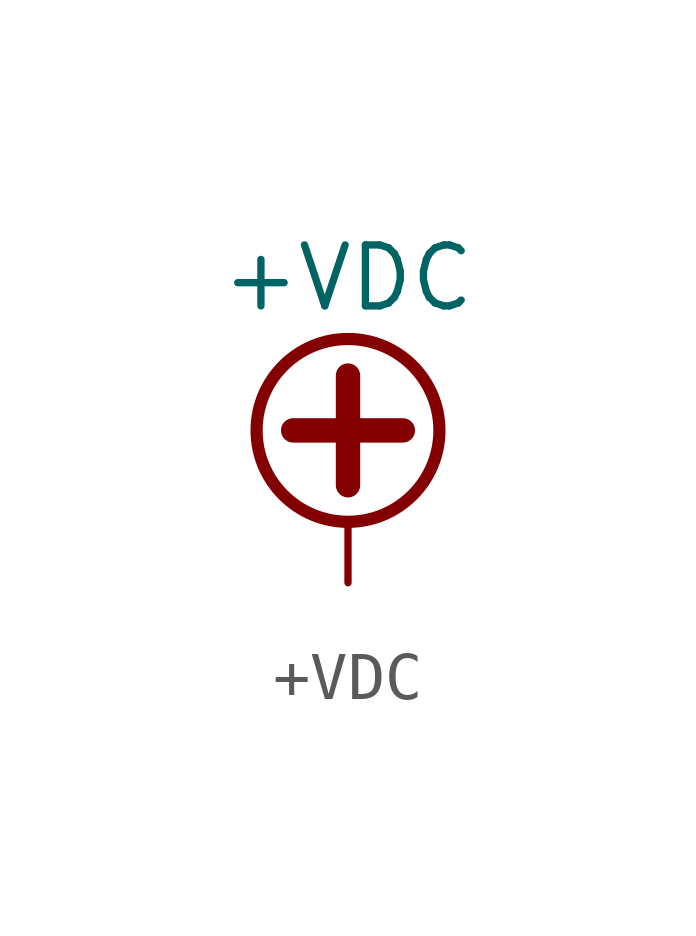
<source format=kicad_sym>
(kicad_symbol_lib
  (version 20220914)
  (generator kicad_symbol_editor)
  (symbol "+VDC"
    (power)
    (pin_names
      (offset 0))
    (property "Reference" "#PWR"
      (at 0 -2.54 0)
      (effects (font (size 1.27 1.27)) hide))
    (property "Value" "+VDC"
      (at 0 6.35 0)
      (effects (font (size 1.27 1.27))))
    (symbol "+VDC_0_1"
      (polyline (pts (xy -1.143 3.175) (xy 1.143 3.175)) (stroke (width 0.508) (type default)) (fill (type none)))
      (polyline (pts (xy 0 0) (xy 0 1.27)) (stroke (width 0) (type default)) (fill (type none)))
      (polyline (pts (xy 0 2.032) (xy 0 4.318)) (stroke (width 0.508) (type default)) (fill (type none)))
      (circle (center 0 3.175) (radius 1.905) (stroke (width 0.254) (type default)) (fill (type none))))
    (symbol "+VDC_1_1"
      (pin power_in line (at 0 0 90) (length 0) hide (name "+VDC" (effects (font (size 1.27 1.27)))) (number "1" (effects (font (size 1.27 1.27))))))))
</source>
